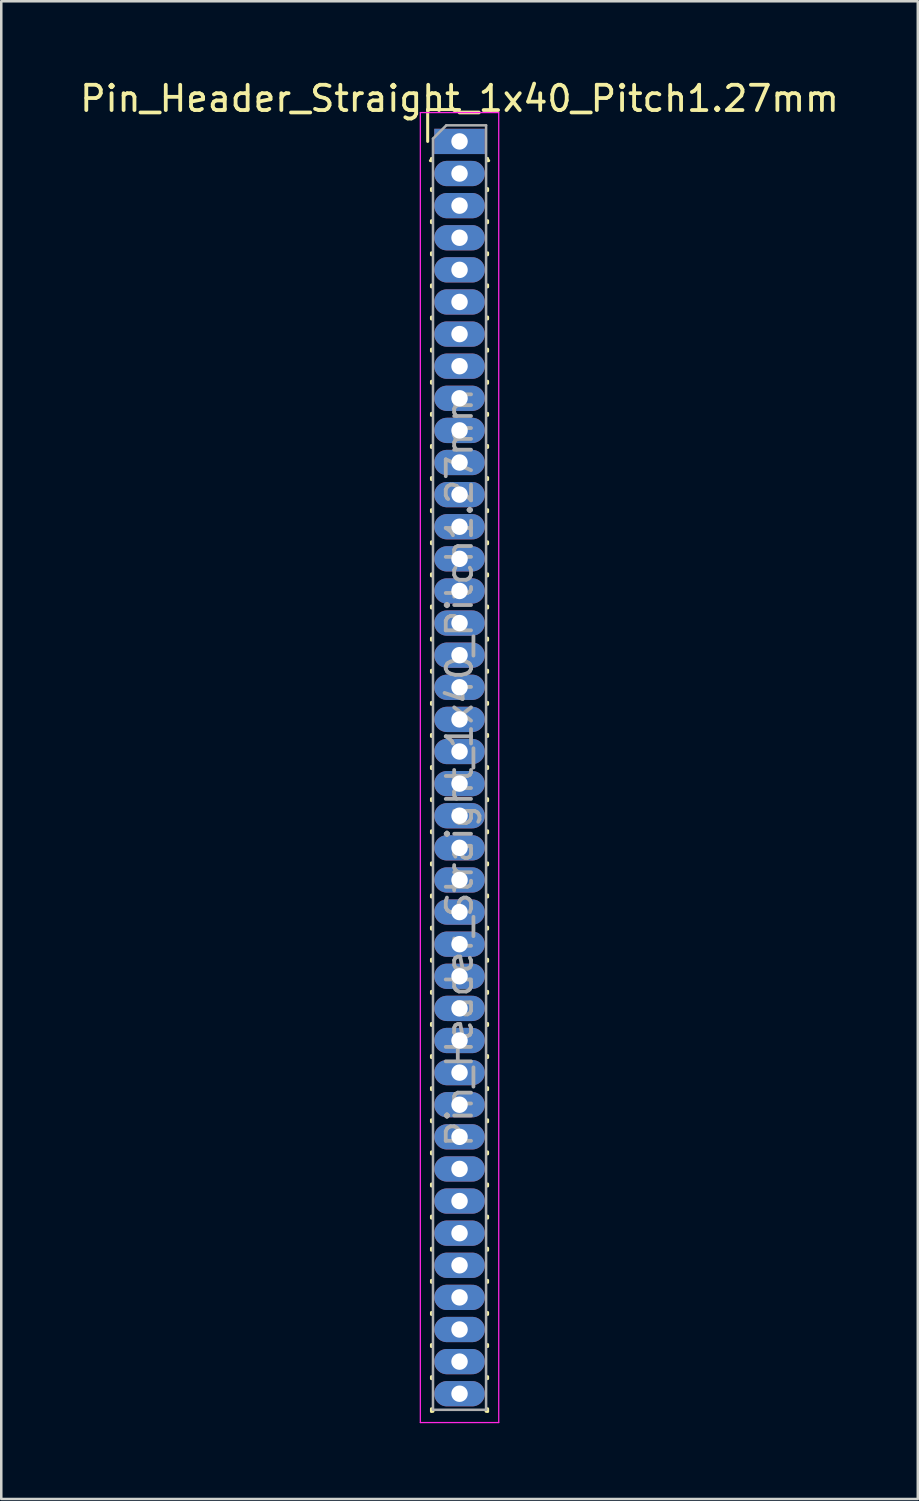
<source format=kicad_pcb>
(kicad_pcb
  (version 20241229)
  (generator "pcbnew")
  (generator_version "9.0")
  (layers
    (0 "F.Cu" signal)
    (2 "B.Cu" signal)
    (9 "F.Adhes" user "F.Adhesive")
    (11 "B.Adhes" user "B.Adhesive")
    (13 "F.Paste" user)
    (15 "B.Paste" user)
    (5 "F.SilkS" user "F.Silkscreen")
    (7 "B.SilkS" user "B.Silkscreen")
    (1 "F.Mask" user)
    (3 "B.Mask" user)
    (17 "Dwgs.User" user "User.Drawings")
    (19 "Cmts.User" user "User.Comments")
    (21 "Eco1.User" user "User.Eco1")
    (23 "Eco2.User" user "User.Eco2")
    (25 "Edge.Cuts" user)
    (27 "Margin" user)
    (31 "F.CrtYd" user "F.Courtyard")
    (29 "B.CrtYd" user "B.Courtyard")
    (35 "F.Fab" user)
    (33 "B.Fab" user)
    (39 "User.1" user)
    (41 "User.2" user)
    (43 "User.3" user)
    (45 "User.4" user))
  (footprint "Pin_Header_Straight_1x40_Pitch1.27mm"
    (layer "F.Cu")
    (at 15.125 2.543)
    (property "Reference" "Pin_Header_Straight_1x40_Pitch1.27mm" (at 0 -1.695 0) (layer "F.SilkS") (effects (font (size 1 1) (thickness 0.15))))
    (attr through_hole)
    (fp_line (start -1.26 -1.26) (end 0 -1.26) (stroke (width 0.12) (type solid)) (layer "F.SilkS"))
    (fp_line (start -1.26 0) (end -1.26 -1.26) (stroke (width 0.12) (type solid)) (layer "F.SilkS"))
    (fp_line (start -1.11 0.76) (end -1.152 0.76) (stroke (width 0.12) (type solid)) (layer "F.SilkS"))
    (fp_line (start -1.11 0.76) (end -1.11 0.674) (stroke (width 0.12) (type solid)) (layer "F.SilkS"))
    (fp_line (start -1.11 1.866) (end -1.11 1.944) (stroke (width 0.12) (type solid)) (layer "F.SilkS"))
    (fp_line (start -1.11 3.136) (end -1.11 3.214) (stroke (width 0.12) (type solid)) (layer "F.SilkS"))
    (fp_line (start -1.11 4.406) (end -1.11 4.484) (stroke (width 0.12) (type solid)) (layer "F.SilkS"))
    (fp_line (start -1.11 5.676) (end -1.11 5.754) (stroke (width 0.12) (type solid)) (layer "F.SilkS"))
    (fp_line (start -1.11 6.946) (end -1.11 7.024) (stroke (width 0.12) (type solid)) (layer "F.SilkS"))
    (fp_line (start -1.11 8.216) (end -1.11 8.294) (stroke (width 0.12) (type solid)) (layer "F.SilkS"))
    (fp_line (start -1.11 9.486) (end -1.11 9.564) (stroke (width 0.12) (type solid)) (layer "F.SilkS"))
    (fp_line (start -1.11 10.756) (end -1.11 10.834) (stroke (width 0.12) (type solid)) (layer "F.SilkS"))
    (fp_line (start -1.11 12.026) (end -1.11 12.104) (stroke (width 0.12) (type solid)) (layer "F.SilkS"))
    (fp_line (start -1.11 13.296) (end -1.11 13.374) (stroke (width 0.12) (type solid)) (layer "F.SilkS"))
    (fp_line (start -1.11 14.566) (end -1.11 14.644) (stroke (width 0.12) (type solid)) (layer "F.SilkS"))
    (fp_line (start -1.11 15.836) (end -1.11 15.914) (stroke (width 0.12) (type solid)) (layer "F.SilkS"))
    (fp_line (start -1.11 17.106) (end -1.11 17.184) (stroke (width 0.12) (type solid)) (layer "F.SilkS"))
    (fp_line (start -1.11 18.376) (end -1.11 18.454) (stroke (width 0.12) (type solid)) (layer "F.SilkS"))
    (fp_line (start -1.11 19.646) (end -1.11 19.724) (stroke (width 0.12) (type solid)) (layer "F.SilkS"))
    (fp_line (start -1.11 20.916) (end -1.11 20.994) (stroke (width 0.12) (type solid)) (layer "F.SilkS"))
    (fp_line (start -1.11 22.186) (end -1.11 22.264) (stroke (width 0.12) (type solid)) (layer "F.SilkS"))
    (fp_line (start -1.11 23.456) (end -1.11 23.534) (stroke (width 0.12) (type solid)) (layer "F.SilkS"))
    (fp_line (start -1.11 24.726) (end -1.11 24.804) (stroke (width 0.12) (type solid)) (layer "F.SilkS"))
    (fp_line (start -1.11 25.996) (end -1.11 26.074) (stroke (width 0.12) (type solid)) (layer "F.SilkS"))
    (fp_line (start -1.11 27.266) (end -1.11 27.344) (stroke (width 0.12) (type solid)) (layer "F.SilkS"))
    (fp_line (start -1.11 28.536) (end -1.11 28.614) (stroke (width 0.12) (type solid)) (layer "F.SilkS"))
    (fp_line (start -1.11 29.806) (end -1.11 29.884) (stroke (width 0.12) (type solid)) (layer "F.SilkS"))
    (fp_line (start -1.11 31.076) (end -1.11 31.154) (stroke (width 0.12) (type solid)) (layer "F.SilkS"))
    (fp_line (start -1.11 32.346) (end -1.11 32.424) (stroke (width 0.12) (type solid)) (layer "F.SilkS"))
    (fp_line (start -1.11 33.616) (end -1.11 33.694) (stroke (width 0.12) (type solid)) (layer "F.SilkS"))
    (fp_line (start -1.11 34.886) (end -1.11 34.964) (stroke (width 0.12) (type solid)) (layer "F.SilkS"))
    (fp_line (start -1.11 36.156) (end -1.11 36.234) (stroke (width 0.12) (type solid)) (layer "F.SilkS"))
    (fp_line (start -1.11 37.426) (end -1.11 37.504) (stroke (width 0.12) (type solid)) (layer "F.SilkS"))
    (fp_line (start -1.11 38.696) (end -1.11 38.774) (stroke (width 0.12) (type solid)) (layer "F.SilkS"))
    (fp_line (start -1.11 39.966) (end -1.11 40.044) (stroke (width 0.12) (type solid)) (layer "F.SilkS"))
    (fp_line (start -1.11 41.236) (end -1.11 41.314) (stroke (width 0.12) (type solid)) (layer "F.SilkS"))
    (fp_line (start -1.11 42.506) (end -1.11 42.584) (stroke (width 0.12) (type solid)) (layer "F.SilkS"))
    (fp_line (start -1.11 43.776) (end -1.11 43.854) (stroke (width 0.12) (type solid)) (layer "F.SilkS"))
    (fp_line (start -1.11 45.046) (end -1.11 45.124) (stroke (width 0.12) (type solid)) (layer "F.SilkS"))
    (fp_line (start -1.11 46.316) (end -1.11 46.394) (stroke (width 0.12) (type solid)) (layer "F.SilkS"))
    (fp_line (start -1.11 47.586) (end -1.11 47.664) (stroke (width 0.12) (type solid)) (layer "F.SilkS"))
    (fp_line (start -1.11 48.856) (end -1.11 48.934) (stroke (width 0.12) (type solid)) (layer "F.SilkS"))
    (fp_line (start -1.11 50.126) (end -1.11 50.225) (stroke (width 0.12) (type solid)) (layer "F.SilkS"))
    (fp_line (start -1.11 50.225) (end -1.051 50.225) (stroke (width 0.12) (type solid)) (layer "F.SilkS"))
    (fp_line (start 1.051 50.225) (end 1.11 50.225) (stroke (width 0.12) (type solid)) (layer "F.SilkS"))
    (fp_line (start 1.11 0.76) (end 1.11 0.674) (stroke (width 0.12) (type solid)) (layer "F.SilkS"))
    (fp_line (start 1.11 1.866) (end 1.11 1.944) (stroke (width 0.12) (type solid)) (layer "F.SilkS"))
    (fp_line (start 1.11 3.136) (end 1.11 3.214) (stroke (width 0.12) (type solid)) (layer "F.SilkS"))
    (fp_line (start 1.11 4.406) (end 1.11 4.484) (stroke (width 0.12) (type solid)) (layer "F.SilkS"))
    (fp_line (start 1.11 5.676) (end 1.11 5.754) (stroke (width 0.12) (type solid)) (layer "F.SilkS"))
    (fp_line (start 1.11 6.946) (end 1.11 7.024) (stroke (width 0.12) (type solid)) (layer "F.SilkS"))
    (fp_line (start 1.11 8.216) (end 1.11 8.294) (stroke (width 0.12) (type solid)) (layer "F.SilkS"))
    (fp_line (start 1.11 9.486) (end 1.11 9.564) (stroke (width 0.12) (type solid)) (layer "F.SilkS"))
    (fp_line (start 1.11 10.756) (end 1.11 10.834) (stroke (width 0.12) (type solid)) (layer "F.SilkS"))
    (fp_line (start 1.11 12.026) (end 1.11 12.104) (stroke (width 0.12) (type solid)) (layer "F.SilkS"))
    (fp_line (start 1.11 13.296) (end 1.11 13.374) (stroke (width 0.12) (type solid)) (layer "F.SilkS"))
    (fp_line (start 1.11 14.566) (end 1.11 14.644) (stroke (width 0.12) (type solid)) (layer "F.SilkS"))
    (fp_line (start 1.11 15.836) (end 1.11 15.914) (stroke (width 0.12) (type solid)) (layer "F.SilkS"))
    (fp_line (start 1.11 17.106) (end 1.11 17.184) (stroke (width 0.12) (type solid)) (layer "F.SilkS"))
    (fp_line (start 1.11 18.376) (end 1.11 18.454) (stroke (width 0.12) (type solid)) (layer "F.SilkS"))
    (fp_line (start 1.11 19.646) (end 1.11 19.724) (stroke (width 0.12) (type solid)) (layer "F.SilkS"))
    (fp_line (start 1.11 20.916) (end 1.11 20.994) (stroke (width 0.12) (type solid)) (layer "F.SilkS"))
    (fp_line (start 1.11 22.186) (end 1.11 22.264) (stroke (width 0.12) (type solid)) (layer "F.SilkS"))
    (fp_line (start 1.11 23.456) (end 1.11 23.534) (stroke (width 0.12) (type solid)) (layer "F.SilkS"))
    (fp_line (start 1.11 24.726) (end 1.11 24.804) (stroke (width 0.12) (type solid)) (layer "F.SilkS"))
    (fp_line (start 1.11 25.996) (end 1.11 26.074) (stroke (width 0.12) (type solid)) (layer "F.SilkS"))
    (fp_line (start 1.11 27.266) (end 1.11 27.344) (stroke (width 0.12) (type solid)) (layer "F.SilkS"))
    (fp_line (start 1.11 28.536) (end 1.11 28.614) (stroke (width 0.12) (type solid)) (layer "F.SilkS"))
    (fp_line (start 1.11 29.806) (end 1.11 29.884) (stroke (width 0.12) (type solid)) (layer "F.SilkS"))
    (fp_line (start 1.11 31.076) (end 1.11 31.154) (stroke (width 0.12) (type solid)) (layer "F.SilkS"))
    (fp_line (start 1.11 32.346) (end 1.11 32.424) (stroke (width 0.12) (type solid)) (layer "F.SilkS"))
    (fp_line (start 1.11 33.616) (end 1.11 33.694) (stroke (width 0.12) (type solid)) (layer "F.SilkS"))
    (fp_line (start 1.11 34.886) (end 1.11 34.964) (stroke (width 0.12) (type solid)) (layer "F.SilkS"))
    (fp_line (start 1.11 36.156) (end 1.11 36.234) (stroke (width 0.12) (type solid)) (layer "F.SilkS"))
    (fp_line (start 1.11 37.426) (end 1.11 37.504) (stroke (width 0.12) (type solid)) (layer "F.SilkS"))
    (fp_line (start 1.11 38.696) (end 1.11 38.774) (stroke (width 0.12) (type solid)) (layer "F.SilkS"))
    (fp_line (start 1.11 39.966) (end 1.11 40.044) (stroke (width 0.12) (type solid)) (layer "F.SilkS"))
    (fp_line (start 1.11 41.236) (end 1.11 41.314) (stroke (width 0.12) (type solid)) (layer "F.SilkS"))
    (fp_line (start 1.11 42.506) (end 1.11 42.584) (stroke (width 0.12) (type solid)) (layer "F.SilkS"))
    (fp_line (start 1.11 43.776) (end 1.11 43.854) (stroke (width 0.12) (type solid)) (layer "F.SilkS"))
    (fp_line (start 1.11 45.046) (end 1.11 45.124) (stroke (width 0.12) (type solid)) (layer "F.SilkS"))
    (fp_line (start 1.11 46.316) (end 1.11 46.394) (stroke (width 0.12) (type solid)) (layer "F.SilkS"))
    (fp_line (start 1.11 47.586) (end 1.11 47.664) (stroke (width 0.12) (type solid)) (layer "F.SilkS"))
    (fp_line (start 1.11 48.856) (end 1.11 48.934) (stroke (width 0.12) (type solid)) (layer "F.SilkS"))
    (fp_line (start 1.11 50.126) (end 1.11 50.225) (stroke (width 0.12) (type solid)) (layer "F.SilkS"))
    (fp_line (start 1.152 0.76) (end 1.11 0.76) (stroke (width 0.12) (type solid)) (layer "F.SilkS"))
    (fp_line (start -1.55 -1.14) (end -1.55 50.67) (stroke (width 0.05) (type solid)) (layer "F.CrtYd"))
    (fp_line (start -1.55 50.67) (end 1.55 50.67) (stroke (width 0.05) (type solid)) (layer "F.CrtYd"))
    (fp_line (start 1.55 -1.14) (end -1.55 -1.14) (stroke (width 0.05) (type solid)) (layer "F.CrtYd"))
    (fp_line (start 1.55 50.67) (end 1.55 -1.14) (stroke (width 0.05) (type solid)) (layer "F.CrtYd"))
    (fp_line (start -1.05 -0.11) (end -0.525 -0.635) (stroke (width 0.1) (type solid)) (layer "F.Fab"))
    (fp_line (start -1.05 50.165) (end -1.05 -0.11) (stroke (width 0.1) (type solid)) (layer "F.Fab"))
    (fp_line (start -0.525 -0.635) (end 1.05 -0.635) (stroke (width 0.1) (type solid)) (layer "F.Fab"))
    (fp_line (start 1.05 -0.635) (end 1.05 50.165) (stroke (width 0.1) (type solid)) (layer "F.Fab"))
    (fp_line (start 1.05 50.165) (end -1.05 50.165) (stroke (width 0.1) (type solid)) (layer "F.Fab"))
    (fp_text user "${REFERENCE}" (at 0 24.765 90) (layer "F.Fab") (effects (font (size 1 1) (thickness 0.15))))
    (pad "1" thru_hole rect (at 0 0) (size 2 1) (drill 0.65) (layers "*.Cu" "*.Mask"))
    (pad "2" thru_hole oval (at 0 1.27) (size 2 1) (drill 0.65) (layers "*.Cu" "*.Mask"))
    (pad "3" thru_hole oval (at 0 2.54) (size 2 1) (drill 0.65) (layers "*.Cu" "*.Mask"))
    (pad "4" thru_hole oval (at 0 3.81) (size 2 1) (drill 0.65) (layers "*.Cu" "*.Mask"))
    (pad "5" thru_hole oval (at 0 5.08) (size 2 1) (drill 0.65) (layers "*.Cu" "*.Mask"))
    (pad "6" thru_hole oval (at 0 6.35) (size 2 1) (drill 0.65) (layers "*.Cu" "*.Mask"))
    (pad "7" thru_hole oval (at 0 7.62) (size 2 1) (drill 0.65) (layers "*.Cu" "*.Mask"))
    (pad "8" thru_hole oval (at 0 8.89) (size 2 1) (drill 0.65) (layers "*.Cu" "*.Mask"))
    (pad "9" thru_hole oval (at 0 10.16) (size 2 1) (drill 0.65) (layers "*.Cu" "*.Mask"))
    (pad "10" thru_hole oval (at 0 11.43) (size 2 1) (drill 0.65) (layers "*.Cu" "*.Mask"))
    (pad "11" thru_hole oval (at 0 12.7) (size 2 1) (drill 0.65) (layers "*.Cu" "*.Mask"))
    (pad "12" thru_hole oval (at 0 13.97) (size 2 1) (drill 0.65) (layers "*.Cu" "*.Mask"))
    (pad "13" thru_hole oval (at 0 15.24) (size 2 1) (drill 0.65) (layers "*.Cu" "*.Mask"))
    (pad "14" thru_hole oval (at 0 16.51) (size 2 1) (drill 0.65) (layers "*.Cu" "*.Mask"))
    (pad "15" thru_hole oval (at 0 17.78) (size 2 1) (drill 0.65) (layers "*.Cu" "*.Mask"))
    (pad "16" thru_hole oval (at 0 19.05) (size 2 1) (drill 0.65) (layers "*.Cu" "*.Mask"))
    (pad "17" thru_hole oval (at 0 20.32) (size 2 1) (drill 0.65) (layers "*.Cu" "*.Mask"))
    (pad "18" thru_hole oval (at 0 21.59) (size 2 1) (drill 0.65) (layers "*.Cu" "*.Mask"))
    (pad "19" thru_hole oval (at 0 22.86) (size 2 1) (drill 0.65) (layers "*.Cu" "*.Mask"))
    (pad "20" thru_hole oval (at 0 24.13) (size 2 1) (drill 0.65) (layers "*.Cu" "*.Mask"))
    (pad "21" thru_hole oval (at 0 25.4) (size 2 1) (drill 0.65) (layers "*.Cu" "*.Mask"))
    (pad "22" thru_hole oval (at 0 26.67) (size 2 1) (drill 0.65) (layers "*.Cu" "*.Mask"))
    (pad "23" thru_hole oval (at 0 27.94) (size 2 1) (drill 0.65) (layers "*.Cu" "*.Mask"))
    (pad "24" thru_hole oval (at 0 29.21) (size 2 1) (drill 0.65) (layers "*.Cu" "*.Mask"))
    (pad "25" thru_hole oval (at 0 30.48) (size 2 1) (drill 0.65) (layers "*.Cu" "*.Mask"))
    (pad "26" thru_hole oval (at 0 31.75) (size 2 1) (drill 0.65) (layers "*.Cu" "*.Mask"))
    (pad "27" thru_hole oval (at 0 33.02) (size 2 1) (drill 0.65) (layers "*.Cu" "*.Mask"))
    (pad "28" thru_hole oval (at 0 34.29) (size 2 1) (drill 0.65) (layers "*.Cu" "*.Mask"))
    (pad "29" thru_hole oval (at 0 35.56) (size 2 1) (drill 0.65) (layers "*.Cu" "*.Mask"))
    (pad "30" thru_hole oval (at 0 36.83) (size 2 1) (drill 0.65) (layers "*.Cu" "*.Mask"))
    (pad "31" thru_hole oval (at 0 38.1) (size 2 1) (drill 0.65) (layers "*.Cu" "*.Mask"))
    (pad "32" thru_hole oval (at 0 39.37) (size 2 1) (drill 0.65) (layers "*.Cu" "*.Mask"))
    (pad "33" thru_hole oval (at 0 40.64) (size 2 1) (drill 0.65) (layers "*.Cu" "*.Mask"))
    (pad "34" thru_hole oval (at 0 41.91) (size 2 1) (drill 0.65) (layers "*.Cu" "*.Mask"))
    (pad "35" thru_hole oval (at 0 43.18) (size 2 1) (drill 0.65) (layers "*.Cu" "*.Mask"))
    (pad "36" thru_hole oval (at 0 44.45) (size 2 1) (drill 0.65) (layers "*.Cu" "*.Mask"))
    (pad "37" thru_hole oval (at 0 45.72) (size 2 1) (drill 0.65) (layers "*.Cu" "*.Mask"))
    (pad "38" thru_hole oval (at 0 46.99) (size 2 1) (drill 0.65) (layers "*.Cu" "*.Mask"))
    (pad "39" thru_hole oval (at 0 48.26) (size 2 1) (drill 0.65) (layers "*.Cu" "*.Mask"))
    (pad "40" thru_hole oval (at 0 49.53) (size 2 1) (drill 0.65) (layers "*.Cu" "*.Mask")))
  (gr_rect
    (start -3 -3)
    (end 33.25 56.238)
    (stroke (width 0.1) (type default))
    (fill no)
    (layer "Edge.Cuts")))
</source>
